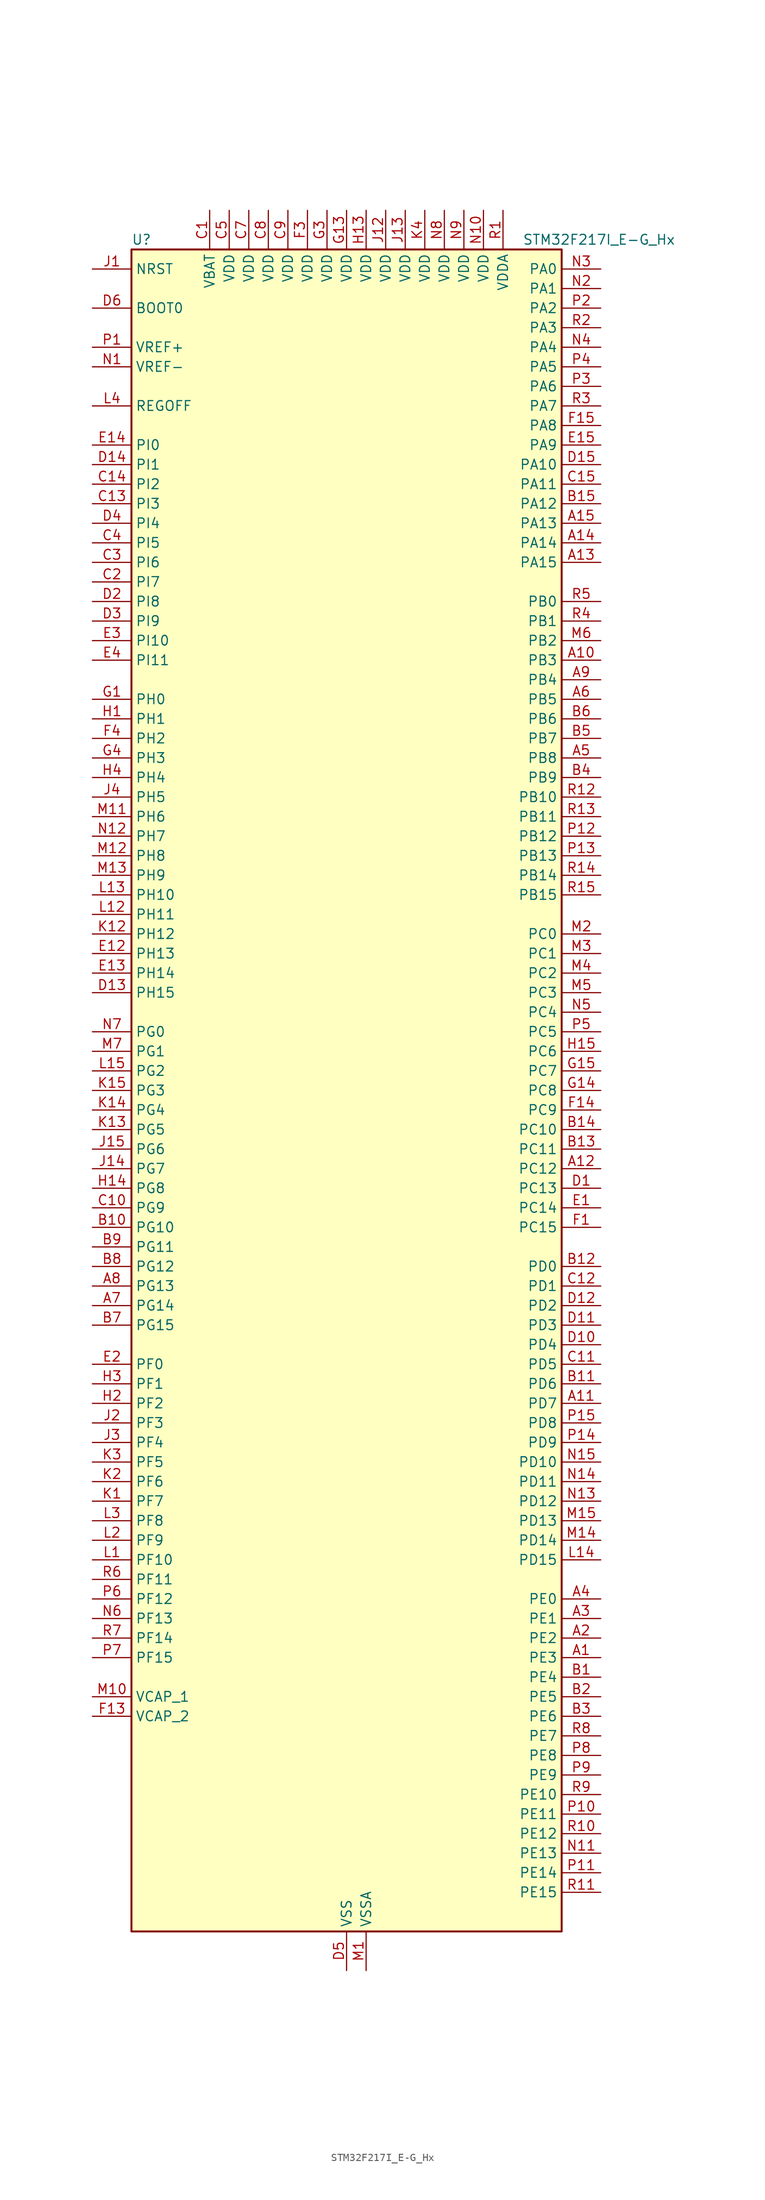
<source format=kicad_sym>
(kicad_symbol_lib
  (version 20220914)
  (generator kicad_symbol_editor)
  (symbol "STM32F217I_E-G_Hx"
    (property "Reference" "U"
      (at -27.94 110.49 0)
      (effects (font (size 1.27 1.27)) (justify left)))
    (property "Value" "STM32F217I_E-G_Hx"
      (at 22.86 110.49 0)
      (effects (font (size 1.27 1.27)) (justify left)))
    (property "ki_locked" ""
      (at 0 0 0)
      (effects (font (size 1.27 1.27))))
    (symbol "STM32F217I_E-G_Hx_0_1"
      (rectangle (start -27.94 -109.22) (end 27.94 109.22) (stroke (width 0.254) (type default)) (fill (type background))))
    (symbol "STM32F217I_E-G_Hx_1_1"
      (pin bidirectional line (at 33.02 -73.66 180) (length 5.08) (name "PE3" (effects (font (size 1.27 1.27)))) (number "A1" (effects (font (size 1.27 1.27)))) (alternate "FSMC_A19" bidirectional line) (alternate "SYS_TRACED0" bidirectional line))
      (pin bidirectional line (at 33.02 55.88 180) (length 5.08) (name "PB3" (effects (font (size 1.27 1.27)))) (number "A10" (effects (font (size 1.27 1.27)))) (alternate "I2S3_SCK" bidirectional line) (alternate "SPI1_SCK" bidirectional line) (alternate "SPI3_SCK" bidirectional line) (alternate "SYS_JTDO-SWO" bidirectional line) (alternate "TIM2_CH2" bidirectional line))
      (pin bidirectional line (at 33.02 -40.64 180) (length 5.08) (name "PD7" (effects (font (size 1.27 1.27)))) (number "A11" (effects (font (size 1.27 1.27)))) (alternate "FSMC_NCE2" bidirectional line) (alternate "FSMC_NE1" bidirectional line) (alternate "USART2_CK" bidirectional line))
      (pin bidirectional line (at 33.02 -10.16 180) (length 5.08) (name "PC12" (effects (font (size 1.27 1.27)))) (number "A12" (effects (font (size 1.27 1.27)))) (alternate "DCMI_D9" bidirectional line) (alternate "I2S3_SD" bidirectional line) (alternate "SDIO_CK" bidirectional line) (alternate "SPI3_MOSI" bidirectional line) (alternate "UART5_TX" bidirectional line) (alternate "USART3_CK" bidirectional line))
      (pin bidirectional line (at 33.02 68.58 180) (length 5.08) (name "PA15" (effects (font (size 1.27 1.27)))) (number "A13" (effects (font (size 1.27 1.27)))) (alternate "ADC1_EXTI15" bidirectional line) (alternate "ADC2_EXTI15" bidirectional line) (alternate "ADC3_EXTI15" bidirectional line) (alternate "I2S3_WS" bidirectional line) (alternate "SPI1_NSS" bidirectional line) (alternate "SPI3_NSS" bidirectional line) (alternate "SYS_JTDI" bidirectional line) (alternate "TIM2_CH1" bidirectional line) (alternate "TIM2_ETR" bidirectional line))
      (pin bidirectional line (at 33.02 71.12 180) (length 5.08) (name "PA14" (effects (font (size 1.27 1.27)))) (number "A14" (effects (font (size 1.27 1.27)))) (alternate "SYS_JTCK-SWCLK" bidirectional line))
      (pin bidirectional line (at 33.02 73.66 180) (length 5.08) (name "PA13" (effects (font (size 1.27 1.27)))) (number "A15" (effects (font (size 1.27 1.27)))) (alternate "SYS_JTMS-SWDIO" bidirectional line))
      (pin bidirectional line (at 33.02 -71.12 180) (length 5.08) (name "PE2" (effects (font (size 1.27 1.27)))) (number "A2" (effects (font (size 1.27 1.27)))) (alternate "ETH_TXD3" bidirectional line) (alternate "FSMC_A23" bidirectional line) (alternate "SYS_TRACECLK" bidirectional line))
      (pin bidirectional line (at 33.02 -68.58 180) (length 5.08) (name "PE1" (effects (font (size 1.27 1.27)))) (number "A3" (effects (font (size 1.27 1.27)))) (alternate "DCMI_D3" bidirectional line) (alternate "FSMC_NBL1" bidirectional line))
      (pin bidirectional line (at 33.02 -66.04 180) (length 5.08) (name "PE0" (effects (font (size 1.27 1.27)))) (number "A4" (effects (font (size 1.27 1.27)))) (alternate "DCMI_D2" bidirectional line) (alternate "FSMC_NBL0" bidirectional line) (alternate "TIM4_ETR" bidirectional line))
      (pin bidirectional line (at 33.02 43.18 180) (length 5.08) (name "PB8" (effects (font (size 1.27 1.27)))) (number "A5" (effects (font (size 1.27 1.27)))) (alternate "CAN1_RX" bidirectional line) (alternate "DCMI_D6" bidirectional line) (alternate "ETH_TXD3" bidirectional line) (alternate "I2C1_SCL" bidirectional line) (alternate "SDIO_D4" bidirectional line) (alternate "TIM10_CH1" bidirectional line) (alternate "TIM4_CH3" bidirectional line))
      (pin bidirectional line (at 33.02 50.8 180) (length 5.08) (name "PB5" (effects (font (size 1.27 1.27)))) (number "A6" (effects (font (size 1.27 1.27)))) (alternate "CAN2_RX" bidirectional line) (alternate "DCMI_D10" bidirectional line) (alternate "ETH_PPS_OUT" bidirectional line) (alternate "I2C1_SMBA" bidirectional line) (alternate "I2S3_SD" bidirectional line) (alternate "SPI1_MOSI" bidirectional line) (alternate "SPI3_MOSI" bidirectional line) (alternate "TIM3_CH2" bidirectional line) (alternate "USB_OTG_HS_ULPI_D7" bidirectional line))
      (pin bidirectional line (at -33.02 -27.94 0) (length 5.08) (name "PG14" (effects (font (size 1.27 1.27)))) (number "A7" (effects (font (size 1.27 1.27)))) (alternate "ETH_TXD1" bidirectional line) (alternate "FSMC_A25" bidirectional line) (alternate "USART6_TX" bidirectional line))
      (pin bidirectional line (at -33.02 -25.4 0) (length 5.08) (name "PG13" (effects (font (size 1.27 1.27)))) (number "A8" (effects (font (size 1.27 1.27)))) (alternate "ETH_TXD0" bidirectional line) (alternate "FSMC_A24" bidirectional line) (alternate "USART6_CTS" bidirectional line))
      (pin bidirectional line (at 33.02 53.34 180) (length 5.08) (name "PB4" (effects (font (size 1.27 1.27)))) (number "A9" (effects (font (size 1.27 1.27)))) (alternate "SPI1_MISO" bidirectional line) (alternate "SPI3_MISO" bidirectional line) (alternate "SYS_JTRST" bidirectional line) (alternate "TIM3_CH1" bidirectional line))
      (pin bidirectional line (at 33.02 -76.2 180) (length 5.08) (name "PE4" (effects (font (size 1.27 1.27)))) (number "B1" (effects (font (size 1.27 1.27)))) (alternate "DCMI_D4" bidirectional line) (alternate "FSMC_A20" bidirectional line) (alternate "SYS_TRACED1" bidirectional line))
      (pin bidirectional line (at -33.02 -17.78 0) (length 5.08) (name "PG10" (effects (font (size 1.27 1.27)))) (number "B10" (effects (font (size 1.27 1.27)))) (alternate "FSMC_NCE4_1" bidirectional line) (alternate "FSMC_NE3" bidirectional line))
      (pin bidirectional line (at 33.02 -38.1 180) (length 5.08) (name "PD6" (effects (font (size 1.27 1.27)))) (number "B11" (effects (font (size 1.27 1.27)))) (alternate "FSMC_NWAIT" bidirectional line) (alternate "USART2_RX" bidirectional line))
      (pin bidirectional line (at 33.02 -22.86 180) (length 5.08) (name "PD0" (effects (font (size 1.27 1.27)))) (number "B12" (effects (font (size 1.27 1.27)))) (alternate "CAN1_RX" bidirectional line) (alternate "FSMC_D2" bidirectional line) (alternate "FSMC_DA2" bidirectional line))
      (pin bidirectional line (at 33.02 -7.62 180) (length 5.08) (name "PC11" (effects (font (size 1.27 1.27)))) (number "B13" (effects (font (size 1.27 1.27)))) (alternate "ADC1_EXTI11" bidirectional line) (alternate "ADC2_EXTI11" bidirectional line) (alternate "ADC3_EXTI11" bidirectional line) (alternate "DCMI_D4" bidirectional line) (alternate "SDIO_D3" bidirectional line) (alternate "SPI3_MISO" bidirectional line) (alternate "UART4_RX" bidirectional line) (alternate "USART3_RX" bidirectional line))
      (pin bidirectional line (at 33.02 -5.08 180) (length 5.08) (name "PC10" (effects (font (size 1.27 1.27)))) (number "B14" (effects (font (size 1.27 1.27)))) (alternate "DCMI_D8" bidirectional line) (alternate "I2S3_SCK" bidirectional line) (alternate "SDIO_D2" bidirectional line) (alternate "SPI3_SCK" bidirectional line) (alternate "UART4_TX" bidirectional line) (alternate "USART3_TX" bidirectional line))
      (pin bidirectional line (at 33.02 76.2 180) (length 5.08) (name "PA12" (effects (font (size 1.27 1.27)))) (number "B15" (effects (font (size 1.27 1.27)))) (alternate "CAN1_TX" bidirectional line) (alternate "TIM1_ETR" bidirectional line) (alternate "USART1_RTS" bidirectional line) (alternate "USB_OTG_FS_DP" bidirectional line))
      (pin bidirectional line (at 33.02 -78.74 180) (length 5.08) (name "PE5" (effects (font (size 1.27 1.27)))) (number "B2" (effects (font (size 1.27 1.27)))) (alternate "DCMI_D6" bidirectional line) (alternate "FSMC_A21" bidirectional line) (alternate "SYS_TRACED2" bidirectional line) (alternate "TIM9_CH1" bidirectional line))
      (pin bidirectional line (at 33.02 -81.28 180) (length 5.08) (name "PE6" (effects (font (size 1.27 1.27)))) (number "B3" (effects (font (size 1.27 1.27)))) (alternate "DCMI_D7" bidirectional line) (alternate "FSMC_A22" bidirectional line) (alternate "SYS_TRACED3" bidirectional line) (alternate "TIM9_CH2" bidirectional line))
      (pin bidirectional line (at 33.02 40.64 180) (length 5.08) (name "PB9" (effects (font (size 1.27 1.27)))) (number "B4" (effects (font (size 1.27 1.27)))) (alternate "CAN1_TX" bidirectional line) (alternate "DAC_EXTI9" bidirectional line) (alternate "DCMI_D7" bidirectional line) (alternate "I2C1_SDA" bidirectional line) (alternate "I2S2_WS" bidirectional line) (alternate "SDIO_D5" bidirectional line) (alternate "SPI2_NSS" bidirectional line) (alternate "TIM11_CH1" bidirectional line) (alternate "TIM4_CH4" bidirectional line))
      (pin bidirectional line (at 33.02 45.72 180) (length 5.08) (name "PB7" (effects (font (size 1.27 1.27)))) (number "B5" (effects (font (size 1.27 1.27)))) (alternate "DCMI_VSYNC" bidirectional line) (alternate "FSMC_NL" bidirectional line) (alternate "I2C1_SDA" bidirectional line) (alternate "TIM4_CH2" bidirectional line) (alternate "USART1_RX" bidirectional line))
      (pin bidirectional line (at 33.02 48.26 180) (length 5.08) (name "PB6" (effects (font (size 1.27 1.27)))) (number "B6" (effects (font (size 1.27 1.27)))) (alternate "CAN2_TX" bidirectional line) (alternate "DCMI_D5" bidirectional line) (alternate "I2C1_SCL" bidirectional line) (alternate "TIM4_CH1" bidirectional line) (alternate "USART1_TX" bidirectional line))
      (pin bidirectional line (at -33.02 -30.48 0) (length 5.08) (name "PG15" (effects (font (size 1.27 1.27)))) (number "B7" (effects (font (size 1.27 1.27)))) (alternate "ADC1_EXTI15" bidirectional line) (alternate "ADC2_EXTI15" bidirectional line) (alternate "ADC3_EXTI15" bidirectional line) (alternate "DCMI_D13" bidirectional line) (alternate "USART6_CTS" bidirectional line))
      (pin bidirectional line (at -33.02 -22.86 0) (length 5.08) (name "PG12" (effects (font (size 1.27 1.27)))) (number "B8" (effects (font (size 1.27 1.27)))) (alternate "FSMC_NE4" bidirectional line) (alternate "USART6_RTS" bidirectional line))
      (pin bidirectional line (at -33.02 -20.32 0) (length 5.08) (name "PG11" (effects (font (size 1.27 1.27)))) (number "B9" (effects (font (size 1.27 1.27)))) (alternate "ADC1_EXTI11" bidirectional line) (alternate "ADC2_EXTI11" bidirectional line) (alternate "ADC3_EXTI11" bidirectional line) (alternate "ETH_TX_EN" bidirectional line) (alternate "FSMC_NCE4_2" bidirectional line))
      (pin power_in line (at -17.78 114.3 270) (length 5.08) (name "VBAT" (effects (font (size 1.27 1.27)))) (number "C1" (effects (font (size 1.27 1.27)))))
      (pin bidirectional line (at -33.02 -15.24 0) (length 5.08) (name "PG9" (effects (font (size 1.27 1.27)))) (number "C10" (effects (font (size 1.27 1.27)))) (alternate "DAC_EXTI9" bidirectional line) (alternate "FSMC_NCE3" bidirectional line) (alternate "FSMC_NE2" bidirectional line) (alternate "USART6_RX" bidirectional line))
      (pin bidirectional line (at 33.02 -35.56 180) (length 5.08) (name "PD5" (effects (font (size 1.27 1.27)))) (number "C11" (effects (font (size 1.27 1.27)))) (alternate "FSMC_NWE" bidirectional line) (alternate "USART2_TX" bidirectional line))
      (pin bidirectional line (at 33.02 -25.4 180) (length 5.08) (name "PD1" (effects (font (size 1.27 1.27)))) (number "C12" (effects (font (size 1.27 1.27)))) (alternate "CAN1_TX" bidirectional line) (alternate "FSMC_D3" bidirectional line) (alternate "FSMC_DA3" bidirectional line))
      (pin bidirectional line (at -33.02 76.2 0) (length 5.08) (name "PI3" (effects (font (size 1.27 1.27)))) (number "C13" (effects (font (size 1.27 1.27)))) (alternate "DCMI_D10" bidirectional line) (alternate "I2S2_SD" bidirectional line) (alternate "SPI2_MOSI" bidirectional line) (alternate "TIM8_ETR" bidirectional line))
      (pin bidirectional line (at -33.02 78.74 0) (length 5.08) (name "PI2" (effects (font (size 1.27 1.27)))) (number "C14" (effects (font (size 1.27 1.27)))) (alternate "DCMI_D9" bidirectional line) (alternate "SPI2_MISO" bidirectional line) (alternate "TIM8_CH4" bidirectional line))
      (pin bidirectional line (at 33.02 78.74 180) (length 5.08) (name "PA11" (effects (font (size 1.27 1.27)))) (number "C15" (effects (font (size 1.27 1.27)))) (alternate "ADC1_EXTI11" bidirectional line) (alternate "ADC2_EXTI11" bidirectional line) (alternate "ADC3_EXTI11" bidirectional line) (alternate "CAN1_RX" bidirectional line) (alternate "TIM1_CH4" bidirectional line) (alternate "USART1_CTS" bidirectional line) (alternate "USB_OTG_FS_DM" bidirectional line))
      (pin bidirectional line (at -33.02 66.04 0) (length 5.08) (name "PI7" (effects (font (size 1.27 1.27)))) (number "C2" (effects (font (size 1.27 1.27)))) (alternate "DCMI_D7" bidirectional line) (alternate "TIM8_CH3" bidirectional line))
      (pin bidirectional line (at -33.02 68.58 0) (length 5.08) (name "PI6" (effects (font (size 1.27 1.27)))) (number "C3" (effects (font (size 1.27 1.27)))) (alternate "DCMI_D6" bidirectional line) (alternate "TIM8_CH2" bidirectional line))
      (pin bidirectional line (at -33.02 71.12 0) (length 5.08) (name "PI5" (effects (font (size 1.27 1.27)))) (number "C4" (effects (font (size 1.27 1.27)))) (alternate "DCMI_VSYNC" bidirectional line) (alternate "TIM8_CH1" bidirectional line))
      (pin power_in line (at -15.24 114.3 270) (length 5.08) (name "VDD" (effects (font (size 1.27 1.27)))) (number "C5" (effects (font (size 1.27 1.27)))))
      (pin no_connect line (at -27.94 -109.22 0) (length 5.08) hide (name "RFU" (effects (font (size 1.27 1.27)))) (number "C6" (effects (font (size 1.27 1.27)))))
      (pin power_in line (at -12.7 114.3 270) (length 5.08) (name "VDD" (effects (font (size 1.27 1.27)))) (number "C7" (effects (font (size 1.27 1.27)))))
      (pin power_in line (at -10.16 114.3 270) (length 5.08) (name "VDD" (effects (font (size 1.27 1.27)))) (number "C8" (effects (font (size 1.27 1.27)))))
      (pin power_in line (at -7.62 114.3 270) (length 5.08) (name "VDD" (effects (font (size 1.27 1.27)))) (number "C9" (effects (font (size 1.27 1.27)))))
      (pin bidirectional line (at 33.02 -12.7 180) (length 5.08) (name "PC13" (effects (font (size 1.27 1.27)))) (number "D1" (effects (font (size 1.27 1.27)))) (alternate "RTC_AF1" bidirectional line))
      (pin bidirectional line (at 33.02 -33.02 180) (length 5.08) (name "PD4" (effects (font (size 1.27 1.27)))) (number "D10" (effects (font (size 1.27 1.27)))) (alternate "FSMC_NOE" bidirectional line) (alternate "USART2_RTS" bidirectional line))
      (pin bidirectional line (at 33.02 -30.48 180) (length 5.08) (name "PD3" (effects (font (size 1.27 1.27)))) (number "D11" (effects (font (size 1.27 1.27)))) (alternate "FSMC_CLK" bidirectional line) (alternate "USART2_CTS" bidirectional line))
      (pin bidirectional line (at 33.02 -27.94 180) (length 5.08) (name "PD2" (effects (font (size 1.27 1.27)))) (number "D12" (effects (font (size 1.27 1.27)))) (alternate "DCMI_D11" bidirectional line) (alternate "SDIO_CMD" bidirectional line) (alternate "TIM3_ETR" bidirectional line) (alternate "UART5_RX" bidirectional line))
      (pin bidirectional line (at -33.02 12.7 0) (length 5.08) (name "PH15" (effects (font (size 1.27 1.27)))) (number "D13" (effects (font (size 1.27 1.27)))) (alternate "ADC1_EXTI15" bidirectional line) (alternate "ADC2_EXTI15" bidirectional line) (alternate "ADC3_EXTI15" bidirectional line) (alternate "DCMI_D11" bidirectional line) (alternate "TIM8_CH3N" bidirectional line))
      (pin bidirectional line (at -33.02 81.28 0) (length 5.08) (name "PI1" (effects (font (size 1.27 1.27)))) (number "D14" (effects (font (size 1.27 1.27)))) (alternate "DCMI_D8" bidirectional line) (alternate "I2S2_SCK" bidirectional line) (alternate "SPI2_SCK" bidirectional line))
      (pin bidirectional line (at 33.02 81.28 180) (length 5.08) (name "PA10" (effects (font (size 1.27 1.27)))) (number "D15" (effects (font (size 1.27 1.27)))) (alternate "DCMI_D1" bidirectional line) (alternate "TIM1_CH3" bidirectional line) (alternate "USART1_RX" bidirectional line) (alternate "USB_OTG_FS_ID" bidirectional line))
      (pin bidirectional line (at -33.02 63.5 0) (length 5.08) (name "PI8" (effects (font (size 1.27 1.27)))) (number "D2" (effects (font (size 1.27 1.27)))) (alternate "RTC_AF2" bidirectional line))
      (pin bidirectional line (at -33.02 60.96 0) (length 5.08) (name "PI9" (effects (font (size 1.27 1.27)))) (number "D3" (effects (font (size 1.27 1.27)))) (alternate "CAN1_RX" bidirectional line) (alternate "DAC_EXTI9" bidirectional line))
      (pin bidirectional line (at -33.02 73.66 0) (length 5.08) (name "PI4" (effects (font (size 1.27 1.27)))) (number "D4" (effects (font (size 1.27 1.27)))) (alternate "DCMI_D5" bidirectional line) (alternate "TIM8_BKIN" bidirectional line))
      (pin power_in line (at 0 -114.3 90) (length 5.08) (name "VSS" (effects (font (size 1.27 1.27)))) (number "D5" (effects (font (size 1.27 1.27)))))
      (pin input line (at -33.02 101.6 0) (length 5.08) (name "BOOT0" (effects (font (size 1.27 1.27)))) (number "D6" (effects (font (size 1.27 1.27)))))
      (pin passive line (at 0 -114.3 90) (length 5.08) hide (name "VSS" (effects (font (size 1.27 1.27)))) (number "D7" (effects (font (size 1.27 1.27)))))
      (pin passive line (at 0 -114.3 90) (length 5.08) hide (name "VSS" (effects (font (size 1.27 1.27)))) (number "D8" (effects (font (size 1.27 1.27)))))
      (pin passive line (at 0 -114.3 90) (length 5.08) hide (name "VSS" (effects (font (size 1.27 1.27)))) (number "D9" (effects (font (size 1.27 1.27)))))
      (pin bidirectional line (at 33.02 -15.24 180) (length 5.08) (name "PC14" (effects (font (size 1.27 1.27)))) (number "E1" (effects (font (size 1.27 1.27)))) (alternate "RCC_OSC32_IN" bidirectional line))
      (pin bidirectional line (at -33.02 17.78 0) (length 5.08) (name "PH13" (effects (font (size 1.27 1.27)))) (number "E12" (effects (font (size 1.27 1.27)))) (alternate "CAN1_TX" bidirectional line) (alternate "TIM8_CH1N" bidirectional line))
      (pin bidirectional line (at -33.02 15.24 0) (length 5.08) (name "PH14" (effects (font (size 1.27 1.27)))) (number "E13" (effects (font (size 1.27 1.27)))) (alternate "DCMI_D4" bidirectional line) (alternate "TIM8_CH2N" bidirectional line))
      (pin bidirectional line (at -33.02 83.82 0) (length 5.08) (name "PI0" (effects (font (size 1.27 1.27)))) (number "E14" (effects (font (size 1.27 1.27)))) (alternate "DCMI_D13" bidirectional line) (alternate "I2S2_WS" bidirectional line) (alternate "SPI2_NSS" bidirectional line) (alternate "TIM5_CH4" bidirectional line))
      (pin bidirectional line (at 33.02 83.82 180) (length 5.08) (name "PA9" (effects (font (size 1.27 1.27)))) (number "E15" (effects (font (size 1.27 1.27)))) (alternate "DAC_EXTI9" bidirectional line) (alternate "DCMI_D0" bidirectional line) (alternate "I2C3_SMBA" bidirectional line) (alternate "TIM1_CH2" bidirectional line) (alternate "USART1_TX" bidirectional line) (alternate "USB_OTG_FS_VBUS" bidirectional line))
      (pin bidirectional line (at -33.02 -35.56 0) (length 5.08) (name "PF0" (effects (font (size 1.27 1.27)))) (number "E2" (effects (font (size 1.27 1.27)))) (alternate "FSMC_A0" bidirectional line) (alternate "I2C2_SDA" bidirectional line))
      (pin bidirectional line (at -33.02 58.42 0) (length 5.08) (name "PI10" (effects (font (size 1.27 1.27)))) (number "E3" (effects (font (size 1.27 1.27)))) (alternate "ETH_RX_ER" bidirectional line))
      (pin bidirectional line (at -33.02 55.88 0) (length 5.08) (name "PI11" (effects (font (size 1.27 1.27)))) (number "E4" (effects (font (size 1.27 1.27)))) (alternate "ADC1_EXTI11" bidirectional line) (alternate "ADC2_EXTI11" bidirectional line) (alternate "ADC3_EXTI11" bidirectional line) (alternate "USB_OTG_HS_ULPI_DIR" bidirectional line))
      (pin bidirectional line (at 33.02 -17.78 180) (length 5.08) (name "PC15" (effects (font (size 1.27 1.27)))) (number "F1" (effects (font (size 1.27 1.27)))) (alternate "ADC1_EXTI15" bidirectional line) (alternate "ADC2_EXTI15" bidirectional line) (alternate "ADC3_EXTI15" bidirectional line) (alternate "RCC_OSC32_OUT" bidirectional line))
      (pin passive line (at 0 -114.3 90) (length 5.08) hide (name "VSS" (effects (font (size 1.27 1.27)))) (number "F10" (effects (font (size 1.27 1.27)))))
      (pin passive line (at 0 -114.3 90) (length 5.08) hide (name "VSS" (effects (font (size 1.27 1.27)))) (number "F12" (effects (font (size 1.27 1.27)))))
      (pin power_out line (at -33.02 -81.28 0) (length 5.08) (name "VCAP_2" (effects (font (size 1.27 1.27)))) (number "F13" (effects (font (size 1.27 1.27)))))
      (pin bidirectional line (at 33.02 -2.54 180) (length 5.08) (name "PC9" (effects (font (size 1.27 1.27)))) (number "F14" (effects (font (size 1.27 1.27)))) (alternate "DAC_EXTI9" bidirectional line) (alternate "DCMI_D3" bidirectional line) (alternate "I2C3_SDA" bidirectional line) (alternate "I2S_CKIN" bidirectional line) (alternate "RCC_MCO_2" bidirectional line) (alternate "SDIO_D1" bidirectional line) (alternate "TIM3_CH4" bidirectional line) (alternate "TIM8_CH4" bidirectional line))
      (pin bidirectional line (at 33.02 86.36 180) (length 5.08) (name "PA8" (effects (font (size 1.27 1.27)))) (number "F15" (effects (font (size 1.27 1.27)))) (alternate "I2C3_SCL" bidirectional line) (alternate "RCC_MCO_1" bidirectional line) (alternate "TIM1_CH1" bidirectional line) (alternate "USART1_CK" bidirectional line) (alternate "USB_OTG_FS_SOF" bidirectional line))
      (pin passive line (at 0 -114.3 90) (length 5.08) hide (name "VSS" (effects (font (size 1.27 1.27)))) (number "F2" (effects (font (size 1.27 1.27)))))
      (pin power_in line (at -5.08 114.3 270) (length 5.08) (name "VDD" (effects (font (size 1.27 1.27)))) (number "F3" (effects (font (size 1.27 1.27)))))
      (pin bidirectional line (at -33.02 45.72 0) (length 5.08) (name "PH2" (effects (font (size 1.27 1.27)))) (number "F4" (effects (font (size 1.27 1.27)))) (alternate "ETH_CRS" bidirectional line))
      (pin passive line (at 0 -114.3 90) (length 5.08) hide (name "VSS" (effects (font (size 1.27 1.27)))) (number "F6" (effects (font (size 1.27 1.27)))))
      (pin passive line (at 0 -114.3 90) (length 5.08) hide (name "VSS" (effects (font (size 1.27 1.27)))) (number "F7" (effects (font (size 1.27 1.27)))))
      (pin passive line (at 0 -114.3 90) (length 5.08) hide (name "VSS" (effects (font (size 1.27 1.27)))) (number "F8" (effects (font (size 1.27 1.27)))))
      (pin passive line (at 0 -114.3 90) (length 5.08) hide (name "VSS" (effects (font (size 1.27 1.27)))) (number "F9" (effects (font (size 1.27 1.27)))))
      (pin bidirectional line (at -33.02 50.8 0) (length 5.08) (name "PH0" (effects (font (size 1.27 1.27)))) (number "G1" (effects (font (size 1.27 1.27)))) (alternate "RCC_OSC_IN" bidirectional line))
      (pin passive line (at 0 -114.3 90) (length 5.08) hide (name "VSS" (effects (font (size 1.27 1.27)))) (number "G10" (effects (font (size 1.27 1.27)))))
      (pin passive line (at 0 -114.3 90) (length 5.08) hide (name "VSS" (effects (font (size 1.27 1.27)))) (number "G12" (effects (font (size 1.27 1.27)))))
      (pin power_in line (at 0 114.3 270) (length 5.08) (name "VDD" (effects (font (size 1.27 1.27)))) (number "G13" (effects (font (size 1.27 1.27)))))
      (pin bidirectional line (at 33.02 0 180) (length 5.08) (name "PC8" (effects (font (size 1.27 1.27)))) (number "G14" (effects (font (size 1.27 1.27)))) (alternate "DCMI_D2" bidirectional line) (alternate "SDIO_D0" bidirectional line) (alternate "TIM3_CH3" bidirectional line) (alternate "TIM8_CH3" bidirectional line) (alternate "USART6_CK" bidirectional line))
      (pin bidirectional line (at 33.02 2.54 180) (length 5.08) (name "PC7" (effects (font (size 1.27 1.27)))) (number "G15" (effects (font (size 1.27 1.27)))) (alternate "DCMI_D1" bidirectional line) (alternate "I2S3_MCK" bidirectional line) (alternate "SDIO_D7" bidirectional line) (alternate "TIM3_CH2" bidirectional line) (alternate "TIM8_CH2" bidirectional line) (alternate "USART6_RX" bidirectional line))
      (pin passive line (at 0 -114.3 90) (length 5.08) hide (name "VSS" (effects (font (size 1.27 1.27)))) (number "G2" (effects (font (size 1.27 1.27)))))
      (pin power_in line (at -2.54 114.3 270) (length 5.08) (name "VDD" (effects (font (size 1.27 1.27)))) (number "G3" (effects (font (size 1.27 1.27)))))
      (pin bidirectional line (at -33.02 43.18 0) (length 5.08) (name "PH3" (effects (font (size 1.27 1.27)))) (number "G4" (effects (font (size 1.27 1.27)))) (alternate "ETH_COL" bidirectional line))
      (pin passive line (at 0 -114.3 90) (length 5.08) hide (name "VSS" (effects (font (size 1.27 1.27)))) (number "G6" (effects (font (size 1.27 1.27)))))
      (pin passive line (at 0 -114.3 90) (length 5.08) hide (name "VSS" (effects (font (size 1.27 1.27)))) (number "G7" (effects (font (size 1.27 1.27)))))
      (pin passive line (at 0 -114.3 90) (length 5.08) hide (name "VSS" (effects (font (size 1.27 1.27)))) (number "G8" (effects (font (size 1.27 1.27)))))
      (pin passive line (at 0 -114.3 90) (length 5.08) hide (name "VSS" (effects (font (size 1.27 1.27)))) (number "G9" (effects (font (size 1.27 1.27)))))
      (pin bidirectional line (at -33.02 48.26 0) (length 5.08) (name "PH1" (effects (font (size 1.27 1.27)))) (number "H1" (effects (font (size 1.27 1.27)))) (alternate "RCC_OSC_OUT" bidirectional line))
      (pin passive line (at 0 -114.3 90) (length 5.08) hide (name "VSS" (effects (font (size 1.27 1.27)))) (number "H10" (effects (font (size 1.27 1.27)))))
      (pin passive line (at 0 -114.3 90) (length 5.08) hide (name "VSS" (effects (font (size 1.27 1.27)))) (number "H12" (effects (font (size 1.27 1.27)))))
      (pin power_in line (at 2.54 114.3 270) (length 5.08) (name "VDD" (effects (font (size 1.27 1.27)))) (number "H13" (effects (font (size 1.27 1.27)))))
      (pin bidirectional line (at -33.02 -12.7 0) (length 5.08) (name "PG8" (effects (font (size 1.27 1.27)))) (number "H14" (effects (font (size 1.27 1.27)))) (alternate "ETH_PPS_OUT" bidirectional line) (alternate "USART6_RTS" bidirectional line))
      (pin bidirectional line (at 33.02 5.08 180) (length 5.08) (name "PC6" (effects (font (size 1.27 1.27)))) (number "H15" (effects (font (size 1.27 1.27)))) (alternate "DCMI_D0" bidirectional line) (alternate "I2S2_MCK" bidirectional line) (alternate "SDIO_D6" bidirectional line) (alternate "TIM3_CH1" bidirectional line) (alternate "TIM8_CH1" bidirectional line) (alternate "USART6_TX" bidirectional line))
      (pin bidirectional line (at -33.02 -40.64 0) (length 5.08) (name "PF2" (effects (font (size 1.27 1.27)))) (number "H2" (effects (font (size 1.27 1.27)))) (alternate "FSMC_A2" bidirectional line) (alternate "I2C2_SMBA" bidirectional line))
      (pin bidirectional line (at -33.02 -38.1 0) (length 5.08) (name "PF1" (effects (font (size 1.27 1.27)))) (number "H3" (effects (font (size 1.27 1.27)))) (alternate "FSMC_A1" bidirectional line) (alternate "I2C2_SCL" bidirectional line))
      (pin bidirectional line (at -33.02 40.64 0) (length 5.08) (name "PH4" (effects (font (size 1.27 1.27)))) (number "H4" (effects (font (size 1.27 1.27)))) (alternate "I2C2_SCL" bidirectional line) (alternate "USB_OTG_HS_ULPI_NXT" bidirectional line))
      (pin passive line (at 0 -114.3 90) (length 5.08) hide (name "VSS" (effects (font (size 1.27 1.27)))) (number "H6" (effects (font (size 1.27 1.27)))))
      (pin passive line (at 0 -114.3 90) (length 5.08) hide (name "VSS" (effects (font (size 1.27 1.27)))) (number "H7" (effects (font (size 1.27 1.27)))))
      (pin passive line (at 0 -114.3 90) (length 5.08) hide (name "VSS" (effects (font (size 1.27 1.27)))) (number "H8" (effects (font (size 1.27 1.27)))))
      (pin passive line (at 0 -114.3 90) (length 5.08) hide (name "VSS" (effects (font (size 1.27 1.27)))) (number "H9" (effects (font (size 1.27 1.27)))))
      (pin input line (at -33.02 106.68 0) (length 5.08) (name "NRST" (effects (font (size 1.27 1.27)))) (number "J1" (effects (font (size 1.27 1.27)))))
      (pin passive line (at 0 -114.3 90) (length 5.08) hide (name "VSS" (effects (font (size 1.27 1.27)))) (number "J10" (effects (font (size 1.27 1.27)))))
      (pin power_in line (at 5.08 114.3 270) (length 5.08) (name "VDD" (effects (font (size 1.27 1.27)))) (number "J12" (effects (font (size 1.27 1.27)))))
      (pin power_in line (at 7.62 114.3 270) (length 5.08) (name "VDD" (effects (font (size 1.27 1.27)))) (number "J13" (effects (font (size 1.27 1.27)))))
      (pin bidirectional line (at -33.02 -10.16 0) (length 5.08) (name "PG7" (effects (font (size 1.27 1.27)))) (number "J14" (effects (font (size 1.27 1.27)))) (alternate "FSMC_INT3" bidirectional line) (alternate "USART6_CK" bidirectional line))
      (pin bidirectional line (at -33.02 -7.62 0) (length 5.08) (name "PG6" (effects (font (size 1.27 1.27)))) (number "J15" (effects (font (size 1.27 1.27)))) (alternate "FSMC_INT2" bidirectional line))
      (pin bidirectional line (at -33.02 -43.18 0) (length 5.08) (name "PF3" (effects (font (size 1.27 1.27)))) (number "J2" (effects (font (size 1.27 1.27)))) (alternate "ADC3_IN9" bidirectional line) (alternate "FSMC_A3" bidirectional line))
      (pin bidirectional line (at -33.02 -45.72 0) (length 5.08) (name "PF4" (effects (font (size 1.27 1.27)))) (number "J3" (effects (font (size 1.27 1.27)))) (alternate "ADC3_IN14" bidirectional line) (alternate "FSMC_A4" bidirectional line))
      (pin bidirectional line (at -33.02 38.1 0) (length 5.08) (name "PH5" (effects (font (size 1.27 1.27)))) (number "J4" (effects (font (size 1.27 1.27)))) (alternate "I2C2_SDA" bidirectional line))
      (pin passive line (at 0 -114.3 90) (length 5.08) hide (name "VSS" (effects (font (size 1.27 1.27)))) (number "J6" (effects (font (size 1.27 1.27)))))
      (pin passive line (at 0 -114.3 90) (length 5.08) hide (name "VSS" (effects (font (size 1.27 1.27)))) (number "J7" (effects (font (size 1.27 1.27)))))
      (pin passive line (at 0 -114.3 90) (length 5.08) hide (name "VSS" (effects (font (size 1.27 1.27)))) (number "J8" (effects (font (size 1.27 1.27)))))
      (pin passive line (at 0 -114.3 90) (length 5.08) hide (name "VSS" (effects (font (size 1.27 1.27)))) (number "J9" (effects (font (size 1.27 1.27)))))
      (pin bidirectional line (at -33.02 -53.34 0) (length 5.08) (name "PF7" (effects (font (size 1.27 1.27)))) (number "K1" (effects (font (size 1.27 1.27)))) (alternate "ADC3_IN5" bidirectional line) (alternate "FSMC_NREG" bidirectional line) (alternate "TIM11_CH1" bidirectional line))
      (pin passive line (at 0 -114.3 90) (length 5.08) hide (name "VSS" (effects (font (size 1.27 1.27)))) (number "K10" (effects (font (size 1.27 1.27)))))
      (pin bidirectional line (at -33.02 20.32 0) (length 5.08) (name "PH12" (effects (font (size 1.27 1.27)))) (number "K12" (effects (font (size 1.27 1.27)))) (alternate "DCMI_D3" bidirectional line) (alternate "TIM5_CH3" bidirectional line))
      (pin bidirectional line (at -33.02 -5.08 0) (length 5.08) (name "PG5" (effects (font (size 1.27 1.27)))) (number "K13" (effects (font (size 1.27 1.27)))) (alternate "FSMC_A15" bidirectional line))
      (pin bidirectional line (at -33.02 -2.54 0) (length 5.08) (name "PG4" (effects (font (size 1.27 1.27)))) (number "K14" (effects (font (size 1.27 1.27)))) (alternate "FSMC_A14" bidirectional line))
      (pin bidirectional line (at -33.02 0 0) (length 5.08) (name "PG3" (effects (font (size 1.27 1.27)))) (number "K15" (effects (font (size 1.27 1.27)))) (alternate "FSMC_A13" bidirectional line))
      (pin bidirectional line (at -33.02 -50.8 0) (length 5.08) (name "PF6" (effects (font (size 1.27 1.27)))) (number "K2" (effects (font (size 1.27 1.27)))) (alternate "ADC3_IN4" bidirectional line) (alternate "FSMC_NIORD" bidirectional line) (alternate "TIM10_CH1" bidirectional line))
      (pin bidirectional line (at -33.02 -48.26 0) (length 5.08) (name "PF5" (effects (font (size 1.27 1.27)))) (number "K3" (effects (font (size 1.27 1.27)))) (alternate "ADC3_IN15" bidirectional line) (alternate "FSMC_A5" bidirectional line))
      (pin power_in line (at 10.16 114.3 270) (length 5.08) (name "VDD" (effects (font (size 1.27 1.27)))) (number "K4" (effects (font (size 1.27 1.27)))))
      (pin passive line (at 0 -114.3 90) (length 5.08) hide (name "VSS" (effects (font (size 1.27 1.27)))) (number "K6" (effects (font (size 1.27 1.27)))))
      (pin passive line (at 0 -114.3 90) (length 5.08) hide (name "VSS" (effects (font (size 1.27 1.27)))) (number "K7" (effects (font (size 1.27 1.27)))))
      (pin passive line (at 0 -114.3 90) (length 5.08) hide (name "VSS" (effects (font (size 1.27 1.27)))) (number "K8" (effects (font (size 1.27 1.27)))))
      (pin passive line (at 0 -114.3 90) (length 5.08) hide (name "VSS" (effects (font (size 1.27 1.27)))) (number "K9" (effects (font (size 1.27 1.27)))))
      (pin bidirectional line (at -33.02 -60.96 0) (length 5.08) (name "PF10" (effects (font (size 1.27 1.27)))) (number "L1" (effects (font (size 1.27 1.27)))) (alternate "ADC3_IN8" bidirectional line) (alternate "FSMC_INTR" bidirectional line))
      (pin bidirectional line (at -33.02 22.86 0) (length 5.08) (name "PH11" (effects (font (size 1.27 1.27)))) (number "L12" (effects (font (size 1.27 1.27)))) (alternate "ADC1_EXTI11" bidirectional line) (alternate "ADC2_EXTI11" bidirectional line) (alternate "ADC3_EXTI11" bidirectional line) (alternate "DCMI_D2" bidirectional line) (alternate "TIM5_CH2" bidirectional line))
      (pin bidirectional line (at -33.02 25.4 0) (length 5.08) (name "PH10" (effects (font (size 1.27 1.27)))) (number "L13" (effects (font (size 1.27 1.27)))) (alternate "DCMI_D1" bidirectional line) (alternate "TIM5_CH1" bidirectional line))
      (pin bidirectional line (at 33.02 -60.96 180) (length 5.08) (name "PD15" (effects (font (size 1.27 1.27)))) (number "L14" (effects (font (size 1.27 1.27)))) (alternate "ADC1_EXTI15" bidirectional line) (alternate "ADC2_EXTI15" bidirectional line) (alternate "ADC3_EXTI15" bidirectional line) (alternate "FSMC_D1" bidirectional line) (alternate "FSMC_DA1" bidirectional line) (alternate "TIM4_CH4" bidirectional line))
      (pin bidirectional line (at -33.02 2.54 0) (length 5.08) (name "PG2" (effects (font (size 1.27 1.27)))) (number "L15" (effects (font (size 1.27 1.27)))) (alternate "FSMC_A12" bidirectional line))
      (pin bidirectional line (at -33.02 -58.42 0) (length 5.08) (name "PF9" (effects (font (size 1.27 1.27)))) (number "L2" (effects (font (size 1.27 1.27)))) (alternate "ADC3_IN7" bidirectional line) (alternate "DAC_EXTI9" bidirectional line) (alternate "FSMC_CD" bidirectional line) (alternate "TIM14_CH1" bidirectional line))
      (pin bidirectional line (at -33.02 -55.88 0) (length 5.08) (name "PF8" (effects (font (size 1.27 1.27)))) (number "L3" (effects (font (size 1.27 1.27)))) (alternate "ADC3_IN6" bidirectional line) (alternate "FSMC_NIOWR" bidirectional line) (alternate "TIM13_CH1" bidirectional line))
      (pin input line (at -33.02 88.9 0) (length 5.08) (name "REGOFF" (effects (font (size 1.27 1.27)))) (number "L4" (effects (font (size 1.27 1.27)))))
      (pin power_in line (at 2.54 -114.3 90) (length 5.08) (name "VSSA" (effects (font (size 1.27 1.27)))) (number "M1" (effects (font (size 1.27 1.27)))))
      (pin power_out line (at -33.02 -78.74 0) (length 5.08) (name "VCAP_1" (effects (font (size 1.27 1.27)))) (number "M10" (effects (font (size 1.27 1.27)))))
      (pin bidirectional line (at -33.02 35.56 0) (length 5.08) (name "PH6" (effects (font (size 1.27 1.27)))) (number "M11" (effects (font (size 1.27 1.27)))) (alternate "ETH_RXD2" bidirectional line) (alternate "I2C2_SMBA" bidirectional line) (alternate "TIM12_CH1" bidirectional line))
      (pin bidirectional line (at -33.02 30.48 0) (length 5.08) (name "PH8" (effects (font (size 1.27 1.27)))) (number "M12" (effects (font (size 1.27 1.27)))) (alternate "DCMI_HSYNC" bidirectional line) (alternate "I2C3_SDA" bidirectional line))
      (pin bidirectional line (at -33.02 27.94 0) (length 5.08) (name "PH9" (effects (font (size 1.27 1.27)))) (number "M13" (effects (font (size 1.27 1.27)))) (alternate "DAC_EXTI9" bidirectional line) (alternate "DCMI_D0" bidirectional line) (alternate "I2C3_SMBA" bidirectional line) (alternate "TIM12_CH2" bidirectional line))
      (pin bidirectional line (at 33.02 -58.42 180) (length 5.08) (name "PD14" (effects (font (size 1.27 1.27)))) (number "M14" (effects (font (size 1.27 1.27)))) (alternate "FSMC_D0" bidirectional line) (alternate "FSMC_DA0" bidirectional line) (alternate "TIM4_CH3" bidirectional line))
      (pin bidirectional line (at 33.02 -55.88 180) (length 5.08) (name "PD13" (effects (font (size 1.27 1.27)))) (number "M15" (effects (font (size 1.27 1.27)))) (alternate "FSMC_A18" bidirectional line) (alternate "TIM4_CH2" bidirectional line))
      (pin bidirectional line (at 33.02 20.32 180) (length 5.08) (name "PC0" (effects (font (size 1.27 1.27)))) (number "M2" (effects (font (size 1.27 1.27)))) (alternate "ADC1_IN10" bidirectional line) (alternate "ADC2_IN10" bidirectional line) (alternate "ADC3_IN10" bidirectional line) (alternate "USB_OTG_HS_ULPI_STP" bidirectional line))
      (pin bidirectional line (at 33.02 17.78 180) (length 5.08) (name "PC1" (effects (font (size 1.27 1.27)))) (number "M3" (effects (font (size 1.27 1.27)))) (alternate "ADC1_IN11" bidirectional line) (alternate "ADC2_IN11" bidirectional line) (alternate "ADC3_IN11" bidirectional line) (alternate "ETH_MDC" bidirectional line))
      (pin bidirectional line (at 33.02 15.24 180) (length 5.08) (name "PC2" (effects (font (size 1.27 1.27)))) (number "M4" (effects (font (size 1.27 1.27)))) (alternate "ADC1_IN12" bidirectional line) (alternate "ADC2_IN12" bidirectional line) (alternate "ADC3_IN12" bidirectional line) (alternate "ETH_TXD2" bidirectional line) (alternate "SPI2_MISO" bidirectional line) (alternate "USB_OTG_HS_ULPI_DIR" bidirectional line))
      (pin bidirectional line (at 33.02 12.7 180) (length 5.08) (name "PC3" (effects (font (size 1.27 1.27)))) (number "M5" (effects (font (size 1.27 1.27)))) (alternate "ADC1_IN13" bidirectional line) (alternate "ADC2_IN13" bidirectional line) (alternate "ADC3_IN13" bidirectional line) (alternate "ETH_TX_CLK" bidirectional line) (alternate "I2S2_SD" bidirectional line) (alternate "SPI2_MOSI" bidirectional line) (alternate "USB_OTG_HS_ULPI_NXT" bidirectional line))
      (pin bidirectional line (at 33.02 58.42 180) (length 5.08) (name "PB2" (effects (font (size 1.27 1.27)))) (number "M6" (effects (font (size 1.27 1.27)))))
      (pin bidirectional line (at -33.02 5.08 0) (length 5.08) (name "PG1" (effects (font (size 1.27 1.27)))) (number "M7" (effects (font (size 1.27 1.27)))) (alternate "FSMC_A11" bidirectional line))
      (pin passive line (at 0 -114.3 90) (length 5.08) hide (name "VSS" (effects (font (size 1.27 1.27)))) (number "M8" (effects (font (size 1.27 1.27)))))
      (pin passive line (at 0 -114.3 90) (length 5.08) hide (name "VSS" (effects (font (size 1.27 1.27)))) (number "M9" (effects (font (size 1.27 1.27)))))
      (pin input line (at -33.02 93.98 0) (length 5.08) (name "VREF-" (effects (font (size 1.27 1.27)))) (number "N1" (effects (font (size 1.27 1.27)))))
      (pin power_in line (at 17.78 114.3 270) (length 5.08) (name "VDD" (effects (font (size 1.27 1.27)))) (number "N10" (effects (font (size 1.27 1.27)))))
      (pin bidirectional line (at 33.02 -99.06 180) (length 5.08) (name "PE13" (effects (font (size 1.27 1.27)))) (number "N11" (effects (font (size 1.27 1.27)))) (alternate "FSMC_D10" bidirectional line) (alternate "FSMC_DA10" bidirectional line) (alternate "TIM1_CH3" bidirectional line))
      (pin bidirectional line (at -33.02 33.02 0) (length 5.08) (name "PH7" (effects (font (size 1.27 1.27)))) (number "N12" (effects (font (size 1.27 1.27)))) (alternate "ETH_RXD3" bidirectional line) (alternate "I2C3_SCL" bidirectional line))
      (pin bidirectional line (at 33.02 -53.34 180) (length 5.08) (name "PD12" (effects (font (size 1.27 1.27)))) (number "N13" (effects (font (size 1.27 1.27)))) (alternate "FSMC_A17" bidirectional line) (alternate "FSMC_ALE" bidirectional line) (alternate "TIM4_CH1" bidirectional line) (alternate "USART3_RTS" bidirectional line))
      (pin bidirectional line (at 33.02 -50.8 180) (length 5.08) (name "PD11" (effects (font (size 1.27 1.27)))) (number "N14" (effects (font (size 1.27 1.27)))) (alternate "ADC1_EXTI11" bidirectional line) (alternate "ADC2_EXTI11" bidirectional line) (alternate "ADC3_EXTI11" bidirectional line) (alternate "FSMC_A16" bidirectional line) (alternate "FSMC_CLE" bidirectional line) (alternate "USART3_CTS" bidirectional line))
      (pin bidirectional line (at 33.02 -48.26 180) (length 5.08) (name "PD10" (effects (font (size 1.27 1.27)))) (number "N15" (effects (font (size 1.27 1.27)))) (alternate "FSMC_D15" bidirectional line) (alternate "FSMC_DA15" bidirectional line) (alternate "USART3_CK" bidirectional line))
      (pin bidirectional line (at 33.02 104.14 180) (length 5.08) (name "PA1" (effects (font (size 1.27 1.27)))) (number "N2" (effects (font (size 1.27 1.27)))) (alternate "ADC1_IN1" bidirectional line) (alternate "ADC2_IN1" bidirectional line) (alternate "ADC3_IN1" bidirectional line) (alternate "ETH_REF_CLK" bidirectional line) (alternate "ETH_RX_CLK" bidirectional line) (alternate "TIM2_CH2" bidirectional line) (alternate "TIM5_CH2" bidirectional line) (alternate "UART4_RX" bidirectional line) (alternate "USART2_RTS" bidirectional line))
      (pin bidirectional line (at 33.02 106.68 180) (length 5.08) (name "PA0" (effects (font (size 1.27 1.27)))) (number "N3" (effects (font (size 1.27 1.27)))) (alternate "ADC1_IN0" bidirectional line) (alternate "ADC2_IN0" bidirectional line) (alternate "ADC3_IN0" bidirectional line) (alternate "ETH_CRS" bidirectional line) (alternate "SYS_WKUP" bidirectional line) (alternate "TIM2_CH1" bidirectional line) (alternate "TIM2_ETR" bidirectional line) (alternate "TIM5_CH1" bidirectional line) (alternate "TIM8_ETR" bidirectional line) (alternate "UART4_TX" bidirectional line) (alternate "USART2_CTS" bidirectional line))
      (pin bidirectional line (at 33.02 96.52 180) (length 5.08) (name "PA4" (effects (font (size 1.27 1.27)))) (number "N4" (effects (font (size 1.27 1.27)))) (alternate "ADC1_IN4" bidirectional line) (alternate "ADC2_IN4" bidirectional line) (alternate "DAC_OUT1" bidirectional line) (alternate "DCMI_HSYNC" bidirectional line) (alternate "I2S3_WS" bidirectional line) (alternate "SPI1_NSS" bidirectional line) (alternate "SPI3_NSS" bidirectional line) (alternate "USART2_CK" bidirectional line) (alternate "USB_OTG_HS_SOF" bidirectional line))
      (pin bidirectional line (at 33.02 10.16 180) (length 5.08) (name "PC4" (effects (font (size 1.27 1.27)))) (number "N5" (effects (font (size 1.27 1.27)))) (alternate "ADC1_IN14" bidirectional line) (alternate "ADC2_IN14" bidirectional line) (alternate "ETH_RXD0" bidirectional line))
      (pin bidirectional line (at -33.02 -68.58 0) (length 5.08) (name "PF13" (effects (font (size 1.27 1.27)))) (number "N6" (effects (font (size 1.27 1.27)))) (alternate "FSMC_A7" bidirectional line))
      (pin bidirectional line (at -33.02 7.62 0) (length 5.08) (name "PG0" (effects (font (size 1.27 1.27)))) (number "N7" (effects (font (size 1.27 1.27)))) (alternate "FSMC_A10" bidirectional line))
      (pin power_in line (at 12.7 114.3 270) (length 5.08) (name "VDD" (effects (font (size 1.27 1.27)))) (number "N8" (effects (font (size 1.27 1.27)))))
      (pin power_in line (at 15.24 114.3 270) (length 5.08) (name "VDD" (effects (font (size 1.27 1.27)))) (number "N9" (effects (font (size 1.27 1.27)))))
      (pin input line (at -33.02 96.52 0) (length 5.08) (name "VREF+" (effects (font (size 1.27 1.27)))) (number "P1" (effects (font (size 1.27 1.27)))))
      (pin bidirectional line (at 33.02 -93.98 180) (length 5.08) (name "PE11" (effects (font (size 1.27 1.27)))) (number "P10" (effects (font (size 1.27 1.27)))) (alternate "ADC1_EXTI11" bidirectional line) (alternate "ADC2_EXTI11" bidirectional line) (alternate "ADC3_EXTI11" bidirectional line) (alternate "FSMC_D8" bidirectional line) (alternate "FSMC_DA8" bidirectional line) (alternate "TIM1_CH2" bidirectional line))
      (pin bidirectional line (at 33.02 -101.6 180) (length 5.08) (name "PE14" (effects (font (size 1.27 1.27)))) (number "P11" (effects (font (size 1.27 1.27)))) (alternate "FSMC_D11" bidirectional line) (alternate "FSMC_DA11" bidirectional line) (alternate "TIM1_CH4" bidirectional line))
      (pin bidirectional line (at 33.02 33.02 180) (length 5.08) (name "PB12" (effects (font (size 1.27 1.27)))) (number "P12" (effects (font (size 1.27 1.27)))) (alternate "CAN2_RX" bidirectional line) (alternate "ETH_TXD0" bidirectional line) (alternate "I2C2_SMBA" bidirectional line) (alternate "I2S2_WS" bidirectional line) (alternate "SPI2_NSS" bidirectional line) (alternate "TIM1_BKIN" bidirectional line) (alternate "USART3_CK" bidirectional line) (alternate "USB_OTG_HS_ID" bidirectional line) (alternate "USB_OTG_HS_ULPI_D5" bidirectional line))
      (pin bidirectional line (at 33.02 30.48 180) (length 5.08) (name "PB13" (effects (font (size 1.27 1.27)))) (number "P13" (effects (font (size 1.27 1.27)))) (alternate "CAN2_TX" bidirectional line) (alternate "ETH_TXD1" bidirectional line) (alternate "I2S2_SCK" bidirectional line) (alternate "SPI2_SCK" bidirectional line) (alternate "TIM1_CH1N" bidirectional line) (alternate "USART3_CTS" bidirectional line) (alternate "USB_OTG_HS_ULPI_D6" bidirectional line) (alternate "USB_OTG_HS_VBUS" bidirectional line))
      (pin bidirectional line (at 33.02 -45.72 180) (length 5.08) (name "PD9" (effects (font (size 1.27 1.27)))) (number "P14" (effects (font (size 1.27 1.27)))) (alternate "DAC_EXTI9" bidirectional line) (alternate "FSMC_D14" bidirectional line) (alternate "FSMC_DA14" bidirectional line) (alternate "USART3_RX" bidirectional line))
      (pin bidirectional line (at 33.02 -43.18 180) (length 5.08) (name "PD8" (effects (font (size 1.27 1.27)))) (number "P15" (effects (font (size 1.27 1.27)))) (alternate "FSMC_D13" bidirectional line) (alternate "FSMC_DA13" bidirectional line) (alternate "USART3_TX" bidirectional line))
      (pin bidirectional line (at 33.02 101.6 180) (length 5.08) (name "PA2" (effects (font (size 1.27 1.27)))) (number "P2" (effects (font (size 1.27 1.27)))) (alternate "ADC1_IN2" bidirectional line) (alternate "ADC2_IN2" bidirectional line) (alternate "ADC3_IN2" bidirectional line) (alternate "ETH_MDIO" bidirectional line) (alternate "TIM2_CH3" bidirectional line) (alternate "TIM5_CH3" bidirectional line) (alternate "TIM9_CH1" bidirectional line) (alternate "USART2_TX" bidirectional line))
      (pin bidirectional line (at 33.02 91.44 180) (length 5.08) (name "PA6" (effects (font (size 1.27 1.27)))) (number "P3" (effects (font (size 1.27 1.27)))) (alternate "ADC1_IN6" bidirectional line) (alternate "ADC2_IN6" bidirectional line) (alternate "DCMI_PIXCLK" bidirectional line) (alternate "SPI1_MISO" bidirectional line) (alternate "TIM13_CH1" bidirectional line) (alternate "TIM1_BKIN" bidirectional line) (alternate "TIM3_CH1" bidirectional line) (alternate "TIM8_BKIN" bidirectional line))
      (pin bidirectional line (at 33.02 93.98 180) (length 5.08) (name "PA5" (effects (font (size 1.27 1.27)))) (number "P4" (effects (font (size 1.27 1.27)))) (alternate "ADC1_IN5" bidirectional line) (alternate "ADC2_IN5" bidirectional line) (alternate "DAC_OUT2" bidirectional line) (alternate "SPI1_SCK" bidirectional line) (alternate "TIM2_CH1" bidirectional line) (alternate "TIM2_ETR" bidirectional line) (alternate "TIM8_CH1N" bidirectional line) (alternate "USB_OTG_HS_ULPI_CK" bidirectional line))
      (pin bidirectional line (at 33.02 7.62 180) (length 5.08) (name "PC5" (effects (font (size 1.27 1.27)))) (number "P5" (effects (font (size 1.27 1.27)))) (alternate "ADC1_IN15" bidirectional line) (alternate "ADC2_IN15" bidirectional line) (alternate "ETH_RXD1" bidirectional line))
      (pin bidirectional line (at -33.02 -66.04 0) (length 5.08) (name "PF12" (effects (font (size 1.27 1.27)))) (number "P6" (effects (font (size 1.27 1.27)))) (alternate "FSMC_A6" bidirectional line))
      (pin bidirectional line (at -33.02 -73.66 0) (length 5.08) (name "PF15" (effects (font (size 1.27 1.27)))) (number "P7" (effects (font (size 1.27 1.27)))) (alternate "ADC1_EXTI15" bidirectional line) (alternate "ADC2_EXTI15" bidirectional line) (alternate "ADC3_EXTI15" bidirectional line) (alternate "FSMC_A9" bidirectional line))
      (pin bidirectional line (at 33.02 -86.36 180) (length 5.08) (name "PE8" (effects (font (size 1.27 1.27)))) (number "P8" (effects (font (size 1.27 1.27)))) (alternate "FSMC_D5" bidirectional line) (alternate "FSMC_DA5" bidirectional line) (alternate "TIM1_CH1N" bidirectional line))
      (pin bidirectional line (at 33.02 -88.9 180) (length 5.08) (name "PE9" (effects (font (size 1.27 1.27)))) (number "P9" (effects (font (size 1.27 1.27)))) (alternate "DAC_EXTI9" bidirectional line) (alternate "FSMC_D6" bidirectional line) (alternate "FSMC_DA6" bidirectional line) (alternate "TIM1_CH1" bidirectional line))
      (pin power_in line (at 20.32 114.3 270) (length 5.08) (name "VDDA" (effects (font (size 1.27 1.27)))) (number "R1" (effects (font (size 1.27 1.27)))))
      (pin bidirectional line (at 33.02 -96.52 180) (length 5.08) (name "PE12" (effects (font (size 1.27 1.27)))) (number "R10" (effects (font (size 1.27 1.27)))) (alternate "FSMC_D9" bidirectional line) (alternate "FSMC_DA9" bidirectional line) (alternate "TIM1_CH3N" bidirectional line))
      (pin bidirectional line (at 33.02 -104.14 180) (length 5.08) (name "PE15" (effects (font (size 1.27 1.27)))) (number "R11" (effects (font (size 1.27 1.27)))) (alternate "ADC1_EXTI15" bidirectional line) (alternate "ADC2_EXTI15" bidirectional line) (alternate "ADC3_EXTI15" bidirectional line) (alternate "FSMC_D12" bidirectional line) (alternate "FSMC_DA12" bidirectional line) (alternate "TIM1_BKIN" bidirectional line))
      (pin bidirectional line (at 33.02 38.1 180) (length 5.08) (name "PB10" (effects (font (size 1.27 1.27)))) (number "R12" (effects (font (size 1.27 1.27)))) (alternate "ETH_RX_ER" bidirectional line) (alternate "I2C2_SCL" bidirectional line) (alternate "I2S2_SCK" bidirectional line) (alternate "SPI2_SCK" bidirectional line) (alternate "TIM2_CH3" bidirectional line) (alternate "USART3_TX" bidirectional line) (alternate "USB_OTG_HS_ULPI_D3" bidirectional line))
      (pin bidirectional line (at 33.02 35.56 180) (length 5.08) (name "PB11" (effects (font (size 1.27 1.27)))) (number "R13" (effects (font (size 1.27 1.27)))) (alternate "ADC1_EXTI11" bidirectional line) (alternate "ADC2_EXTI11" bidirectional line) (alternate "ADC3_EXTI11" bidirectional line) (alternate "ETH_TX_EN" bidirectional line) (alternate "I2C2_SDA" bidirectional line) (alternate "TIM2_CH4" bidirectional line) (alternate "USART3_RX" bidirectional line) (alternate "USB_OTG_HS_ULPI_D4" bidirectional line))
      (pin bidirectional line (at 33.02 27.94 180) (length 5.08) (name "PB14" (effects (font (size 1.27 1.27)))) (number "R14" (effects (font (size 1.27 1.27)))) (alternate "SPI2_MISO" bidirectional line) (alternate "TIM12_CH1" bidirectional line) (alternate "TIM1_CH2N" bidirectional line) (alternate "TIM8_CH2N" bidirectional line) (alternate "USART3_RTS" bidirectional line) (alternate "USB_OTG_HS_DM" bidirectional line))
      (pin bidirectional line (at 33.02 25.4 180) (length 5.08) (name "PB15" (effects (font (size 1.27 1.27)))) (number "R15" (effects (font (size 1.27 1.27)))) (alternate "ADC1_EXTI15" bidirectional line) (alternate "ADC2_EXTI15" bidirectional line) (alternate "ADC3_EXTI15" bidirectional line) (alternate "I2S2_SD" bidirectional line) (alternate "RTC_REFIN" bidirectional line) (alternate "SPI2_MOSI" bidirectional line) (alternate "TIM12_CH2" bidirectional line) (alternate "TIM1_CH3N" bidirectional line) (alternate "TIM8_CH3N" bidirectional line) (alternate "USB_OTG_HS_DP" bidirectional line))
      (pin bidirectional line (at 33.02 99.06 180) (length 5.08) (name "PA3" (effects (font (size 1.27 1.27)))) (number "R2" (effects (font (size 1.27 1.27)))) (alternate "ADC1_IN3" bidirectional line) (alternate "ADC2_IN3" bidirectional line) (alternate "ADC3_IN3" bidirectional line) (alternate "ETH_COL" bidirectional line) (alternate "TIM2_CH4" bidirectional line) (alternate "TIM5_CH4" bidirectional line) (alternate "TIM9_CH2" bidirectional line) (alternate "USART2_RX" bidirectional line) (alternate "USB_OTG_HS_ULPI_D0" bidirectional line))
      (pin bidirectional line (at 33.02 88.9 180) (length 5.08) (name "PA7" (effects (font (size 1.27 1.27)))) (number "R3" (effects (font (size 1.27 1.27)))) (alternate "ADC1_IN7" bidirectional line) (alternate "ADC2_IN7" bidirectional line) (alternate "ETH_CRS_DV" bidirectional line) (alternate "ETH_RX_DV" bidirectional line) (alternate "SPI1_MOSI" bidirectional line) (alternate "TIM14_CH1" bidirectional line) (alternate "TIM1_CH1N" bidirectional line) (alternate "TIM3_CH2" bidirectional line) (alternate "TIM8_CH1N" bidirectional line))
      (pin bidirectional line (at 33.02 60.96 180) (length 5.08) (name "PB1" (effects (font (size 1.27 1.27)))) (number "R4" (effects (font (size 1.27 1.27)))) (alternate "ADC1_IN9" bidirectional line) (alternate "ADC2_IN9" bidirectional line) (alternate "ETH_RXD3" bidirectional line) (alternate "TIM1_CH3N" bidirectional line) (alternate "TIM3_CH4" bidirectional line) (alternate "TIM8_CH3N" bidirectional line) (alternate "USB_OTG_HS_ULPI_D2" bidirectional line))
      (pin bidirectional line (at 33.02 63.5 180) (length 5.08) (name "PB0" (effects (font (size 1.27 1.27)))) (number "R5" (effects (font (size 1.27 1.27)))) (alternate "ADC1_IN8" bidirectional line) (alternate "ADC2_IN8" bidirectional line) (alternate "ETH_RXD2" bidirectional line) (alternate "TIM1_CH2N" bidirectional line) (alternate "TIM3_CH3" bidirectional line) (alternate "TIM8_CH2N" bidirectional line) (alternate "USB_OTG_HS_ULPI_D1" bidirectional line))
      (pin bidirectional line (at -33.02 -63.5 0) (length 5.08) (name "PF11" (effects (font (size 1.27 1.27)))) (number "R6" (effects (font (size 1.27 1.27)))) (alternate "ADC1_EXTI11" bidirectional line) (alternate "ADC2_EXTI11" bidirectional line) (alternate "ADC3_EXTI11" bidirectional line) (alternate "DCMI_D12" bidirectional line))
      (pin bidirectional line (at -33.02 -71.12 0) (length 5.08) (name "PF14" (effects (font (size 1.27 1.27)))) (number "R7" (effects (font (size 1.27 1.27)))) (alternate "FSMC_A8" bidirectional line))
      (pin bidirectional line (at 33.02 -83.82 180) (length 5.08) (name "PE7" (effects (font (size 1.27 1.27)))) (number "R8" (effects (font (size 1.27 1.27)))) (alternate "FSMC_D4" bidirectional line) (alternate "FSMC_DA4" bidirectional line) (alternate "TIM1_ETR" bidirectional line))
      (pin bidirectional line (at 33.02 -91.44 180) (length 5.08) (name "PE10" (effects (font (size 1.27 1.27)))) (number "R9" (effects (font (size 1.27 1.27)))) (alternate "FSMC_D7" bidirectional line) (alternate "FSMC_DA7" bidirectional line) (alternate "TIM1_CH2N" bidirectional line)))))
</source>
